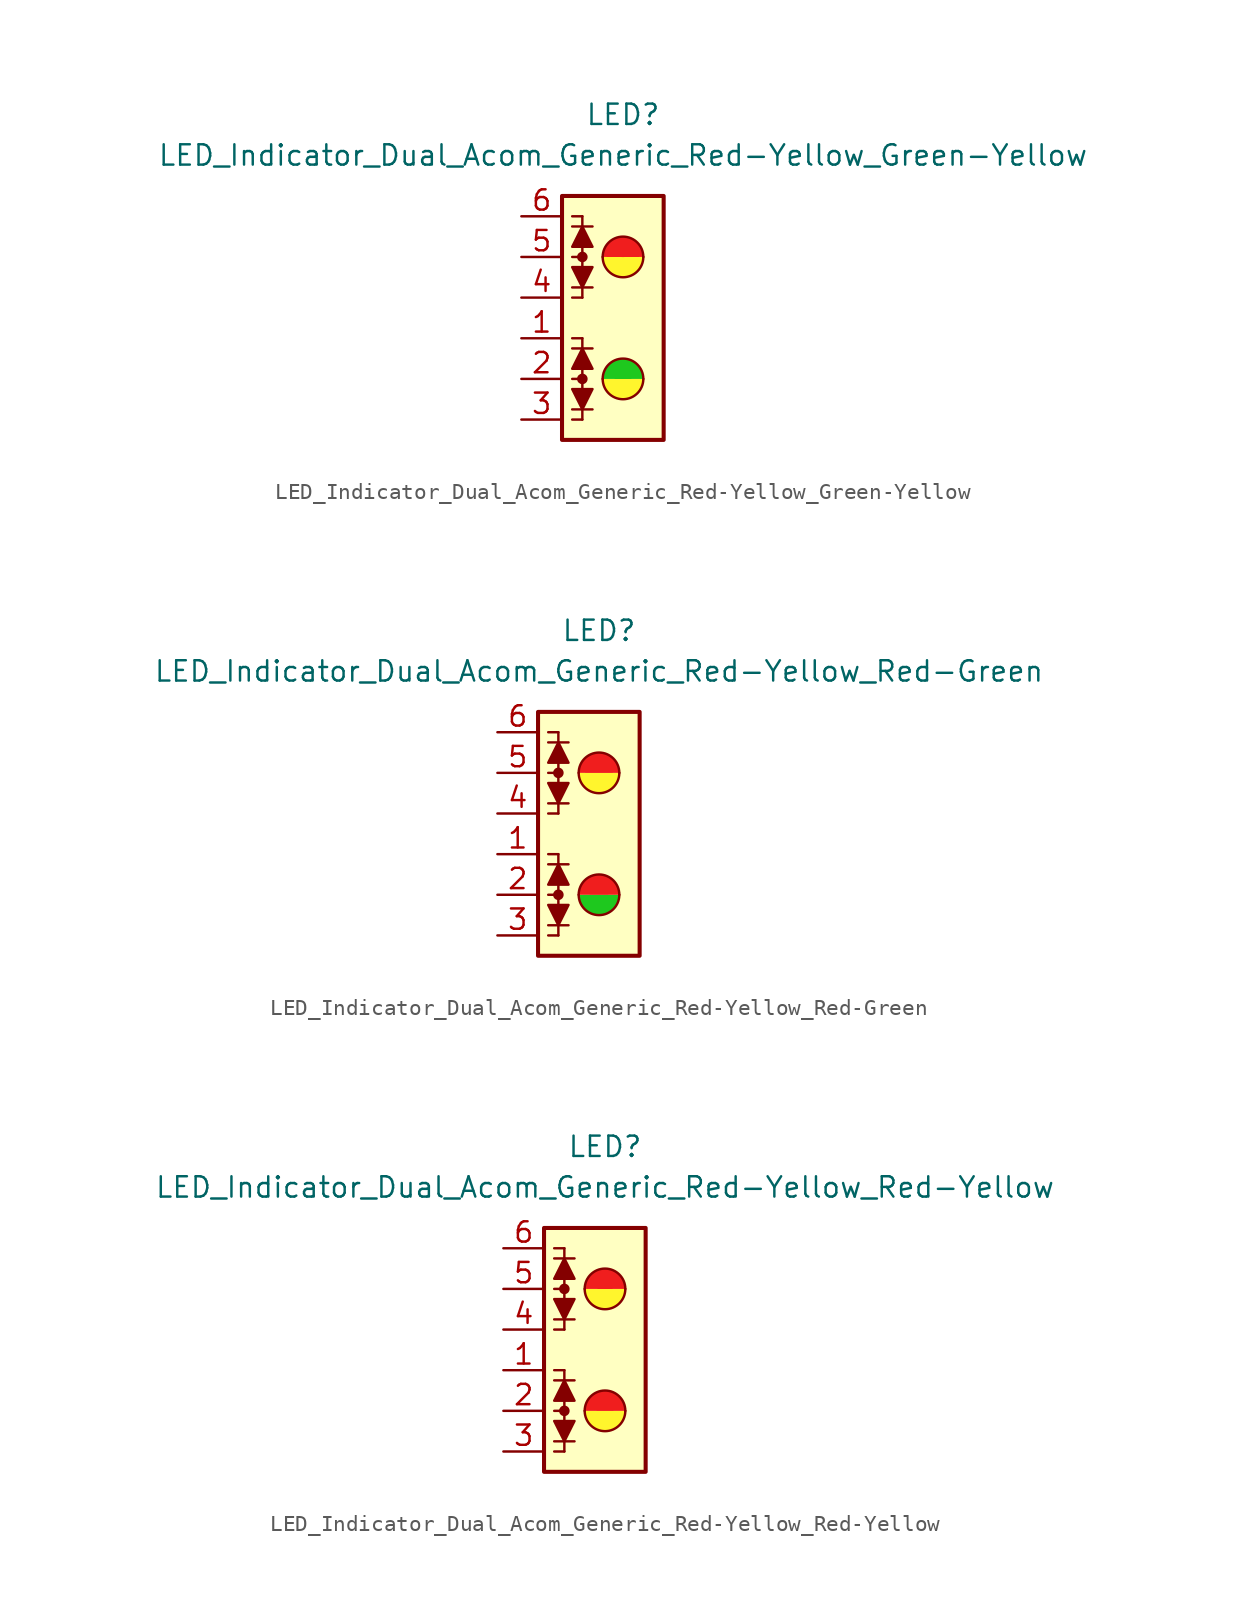
<source format=kicad_sym>
(kicad_symbol_lib
  (version 20231120)
  (generator "kicad_symbol_editor")
  (generator_version "8.0")
  (symbol "LED_Indicator_Dual_Acom_Generic_Red-Yellow_Green-Yellow"
    (pin_names
      (offset 1.016) hide)
    (property "Reference" "LED"
      (at 0 12.7 0)
      (effects (font (size 1.27 1.27))))
    (property "Value" "LED_Indicator_Dual_Acom_Generic_Red-Yellow_Green-Yellow"
      (at 0 10.16 0)
      (effects (font (size 1.27 1.27))))
    (symbol "LED_Indicator_Dual_Acom_Generic_Red-Yellow_Green-Yellow_0_1"
      (rectangle (start -3.81 7.62) (end 2.54 -7.62) (stroke (width 0.254) (type default)) (fill (type background)))
      (circle (center -2.54 -3.81) (radius 0.254) (stroke (width 0) (type default)) (fill (type outline)))
      (circle (center -2.54 3.81) (radius 0.254) (stroke (width 0) (type default)) (fill (type outline)))
      (arc (start -1.27 -3.81) (mid 0 -5.0745) (end 1.27 -3.81) (stroke (width 0) (type default)) (fill (type color) (color 255 245 45 1)))
      (arc (start -1.27 3.81) (mid 0 2.5455) (end 1.27 3.81) (stroke (width 0) (type default)) (fill (type color) (color 255 245 45 1)))
      (polyline (pts (xy -3.175 -5.715) (xy -1.905 -5.715)) (stroke (width 0) (type default)) (fill (type none)))
      (polyline (pts (xy -3.175 1.905) (xy -1.905 1.905)) (stroke (width 0) (type default)) (fill (type none)))
      (polyline (pts (xy -2.54 -6.35) (xy -3.175 -6.35)) (stroke (width 0) (type default)) (fill (type none)))
      (polyline (pts (xy -2.54 -6.35) (xy -2.54 -3.81)) (stroke (width 0) (type default)) (fill (type none)))
      (polyline (pts (xy -2.54 -3.81) (xy -3.175 -3.81)) (stroke (width 0) (type default)) (fill (type none)))
      (polyline (pts (xy -2.54 -1.27) (xy -3.175 -1.27)) (stroke (width 0) (type default)) (fill (type none)))
      (polyline (pts (xy -2.54 -1.27) (xy -2.54 -3.81)) (stroke (width 0) (type default)) (fill (type none)))
      (polyline (pts (xy -2.54 1.27) (xy -3.175 1.27)) (stroke (width 0) (type default)) (fill (type none)))
      (polyline (pts (xy -2.54 1.27) (xy -2.54 3.81)) (stroke (width 0) (type default)) (fill (type none)))
      (polyline (pts (xy -2.54 3.81) (xy -3.175 3.81)) (stroke (width 0) (type default)) (fill (type none)))
      (polyline (pts (xy -2.54 6.35) (xy -3.175 6.35)) (stroke (width 0) (type default)) (fill (type none)))
      (polyline (pts (xy -2.54 6.35) (xy -2.54 3.81)) (stroke (width 0) (type default)) (fill (type none)))
      (polyline (pts (xy -1.905 -1.905) (xy -3.175 -1.905)) (stroke (width 0) (type default)) (fill (type none)))
      (polyline (pts (xy -1.905 5.715) (xy -3.175 5.715)) (stroke (width 0) (type default)) (fill (type none)))
      (polyline (pts (xy -2.54 -5.715) (xy -3.175 -4.445) (xy -1.905 -4.445) (xy -2.54 -5.715)) (stroke (width 0) (type default)) (fill (type outline)))
      (polyline (pts (xy -2.54 -1.905) (xy -1.905 -3.175) (xy -3.175 -3.175) (xy -2.54 -1.905)) (stroke (width 0) (type default)) (fill (type outline)))
      (polyline (pts (xy -2.54 1.905) (xy -3.175 3.175) (xy -1.905 3.175) (xy -2.54 1.905)) (stroke (width 0) (type default)) (fill (type outline)))
      (polyline (pts (xy -2.54 5.715) (xy -1.905 4.445) (xy -3.175 4.445) (xy -2.54 5.715)) (stroke (width 0) (type default)) (fill (type outline)))
      (arc (start 1.27 -3.81) (mid 0 -2.5455) (end -1.27 -3.81) (stroke (width 0) (type default)) (fill (type color) (color 30 200 30 1)))
      (arc (start 1.27 3.81) (mid 0 5.0745) (end -1.27 3.81) (stroke (width 0) (type default)) (fill (type color) (color 240 30 30 1))))
    (symbol "LED_Indicator_Dual_Acom_Generic_Red-Yellow_Green-Yellow_1_1"
      (pin passive line (at -6.35 -1.27 0) (length 2.54) (name "K1" (effects (font (size 1.27 1.27)))) (number "1" (effects (font (size 1.27 1.27)))))
      (pin passive line (at -6.35 -3.81 0) (length 2.54) (name "A12" (effects (font (size 1.27 1.27)))) (number "2" (effects (font (size 1.27 1.27)))))
      (pin passive line (at -6.35 -6.35 0) (length 2.54) (name "K2" (effects (font (size 1.27 1.27)))) (number "3" (effects (font (size 1.27 1.27)))))
      (pin passive line (at -6.35 1.27 0) (length 2.54) (name "K4" (effects (font (size 1.27 1.27)))) (number "4" (effects (font (size 1.27 1.27)))))
      (pin passive line (at -6.35 3.81 0) (length 2.54) (name "A34" (effects (font (size 1.27 1.27)))) (number "5" (effects (font (size 1.27 1.27)))))
      (pin passive line (at -6.35 6.35 0) (length 2.54) (name "K3" (effects (font (size 1.27 1.27)))) (number "6" (effects (font (size 1.27 1.27)))))))
  (symbol "LED_Indicator_Dual_Acom_Generic_Red-Yellow_Red-Green"
    (pin_names
      (offset 1.016) hide)
    (property "Reference" "LED"
      (at 0 12.7 0)
      (effects (font (size 1.27 1.27))))
    (property "Value" "LED_Indicator_Dual_Acom_Generic_Red-Yellow_Red-Green"
      (at 0 10.16 0)
      (effects (font (size 1.27 1.27))))
    (symbol "LED_Indicator_Dual_Acom_Generic_Red-Yellow_Red-Green_0_1"
      (rectangle (start -3.81 7.62) (end 2.54 -7.62) (stroke (width 0.254) (type default)) (fill (type background)))
      (circle (center -2.54 -3.81) (radius 0.254) (stroke (width 0) (type default)) (fill (type outline)))
      (circle (center -2.54 3.81) (radius 0.254) (stroke (width 0) (type default)) (fill (type outline)))
      (arc (start -1.27 -3.81) (mid 0 -5.0745) (end 1.27 -3.81) (stroke (width 0) (type default)) (fill (type color) (color 30 200 30 1)))
      (arc (start -1.27 3.81) (mid 0 2.5455) (end 1.27 3.81) (stroke (width 0) (type default)) (fill (type color) (color 255 245 45 1)))
      (polyline (pts (xy -3.175 -5.715) (xy -1.905 -5.715)) (stroke (width 0) (type default)) (fill (type none)))
      (polyline (pts (xy -3.175 1.905) (xy -1.905 1.905)) (stroke (width 0) (type default)) (fill (type none)))
      (polyline (pts (xy -2.54 -6.35) (xy -3.175 -6.35)) (stroke (width 0) (type default)) (fill (type none)))
      (polyline (pts (xy -2.54 -6.35) (xy -2.54 -3.81)) (stroke (width 0) (type default)) (fill (type none)))
      (polyline (pts (xy -2.54 -3.81) (xy -3.175 -3.81)) (stroke (width 0) (type default)) (fill (type none)))
      (polyline (pts (xy -2.54 -1.27) (xy -3.175 -1.27)) (stroke (width 0) (type default)) (fill (type none)))
      (polyline (pts (xy -2.54 -1.27) (xy -2.54 -3.81)) (stroke (width 0) (type default)) (fill (type none)))
      (polyline (pts (xy -2.54 1.27) (xy -3.175 1.27)) (stroke (width 0) (type default)) (fill (type none)))
      (polyline (pts (xy -2.54 1.27) (xy -2.54 3.81)) (stroke (width 0) (type default)) (fill (type none)))
      (polyline (pts (xy -2.54 3.81) (xy -3.175 3.81)) (stroke (width 0) (type default)) (fill (type none)))
      (polyline (pts (xy -2.54 6.35) (xy -3.175 6.35)) (stroke (width 0) (type default)) (fill (type none)))
      (polyline (pts (xy -2.54 6.35) (xy -2.54 3.81)) (stroke (width 0) (type default)) (fill (type none)))
      (polyline (pts (xy -1.905 -1.905) (xy -3.175 -1.905)) (stroke (width 0) (type default)) (fill (type none)))
      (polyline (pts (xy -1.905 5.715) (xy -3.175 5.715)) (stroke (width 0) (type default)) (fill (type none)))
      (polyline (pts (xy -2.54 -5.715) (xy -3.175 -4.445) (xy -1.905 -4.445) (xy -2.54 -5.715)) (stroke (width 0) (type default)) (fill (type outline)))
      (polyline (pts (xy -2.54 -1.905) (xy -1.905 -3.175) (xy -3.175 -3.175) (xy -2.54 -1.905)) (stroke (width 0) (type default)) (fill (type outline)))
      (polyline (pts (xy -2.54 1.905) (xy -3.175 3.175) (xy -1.905 3.175) (xy -2.54 1.905)) (stroke (width 0) (type default)) (fill (type outline)))
      (polyline (pts (xy -2.54 5.715) (xy -1.905 4.445) (xy -3.175 4.445) (xy -2.54 5.715)) (stroke (width 0) (type default)) (fill (type outline)))
      (arc (start 1.27 -3.81) (mid 0 -2.5455) (end -1.27 -3.81) (stroke (width 0) (type default)) (fill (type color) (color 240 30 30 1)))
      (arc (start 1.27 3.81) (mid 0 5.0745) (end -1.27 3.81) (stroke (width 0) (type default)) (fill (type color) (color 240 30 30 1))))
    (symbol "LED_Indicator_Dual_Acom_Generic_Red-Yellow_Red-Green_1_1"
      (pin passive line (at -6.35 -1.27 0) (length 2.54) (name "K1" (effects (font (size 1.27 1.27)))) (number "1" (effects (font (size 1.27 1.27)))))
      (pin passive line (at -6.35 -3.81 0) (length 2.54) (name "A12" (effects (font (size 1.27 1.27)))) (number "2" (effects (font (size 1.27 1.27)))))
      (pin passive line (at -6.35 -6.35 0) (length 2.54) (name "K2" (effects (font (size 1.27 1.27)))) (number "3" (effects (font (size 1.27 1.27)))))
      (pin passive line (at -6.35 1.27 0) (length 2.54) (name "K4" (effects (font (size 1.27 1.27)))) (number "4" (effects (font (size 1.27 1.27)))))
      (pin passive line (at -6.35 3.81 0) (length 2.54) (name "A34" (effects (font (size 1.27 1.27)))) (number "5" (effects (font (size 1.27 1.27)))))
      (pin passive line (at -6.35 6.35 0) (length 2.54) (name "K3" (effects (font (size 1.27 1.27)))) (number "6" (effects (font (size 1.27 1.27)))))))
  (symbol "LED_Indicator_Dual_Acom_Generic_Red-Yellow_Red-Yellow"
    (pin_names
      (offset 1.016) hide)
    (property "Reference" "LED"
      (at 0 12.7 0)
      (effects (font (size 1.27 1.27))))
    (property "Value" "LED_Indicator_Dual_Acom_Generic_Red-Yellow_Red-Yellow"
      (at 0 10.16 0)
      (effects (font (size 1.27 1.27))))
    (symbol "LED_Indicator_Dual_Acom_Generic_Red-Yellow_Red-Yellow_0_1"
      (rectangle (start -3.81 7.62) (end 2.54 -7.62) (stroke (width 0.254) (type default)) (fill (type background)))
      (circle (center -2.54 -3.81) (radius 0.254) (stroke (width 0) (type default)) (fill (type outline)))
      (circle (center -2.54 3.81) (radius 0.254) (stroke (width 0) (type default)) (fill (type outline)))
      (arc (start -1.27 -3.81) (mid 0 -5.0745) (end 1.27 -3.81) (stroke (width 0) (type default)) (fill (type color) (color 255 245 45 1)))
      (arc (start -1.27 3.81) (mid 0 2.5455) (end 1.27 3.81) (stroke (width 0) (type default)) (fill (type color) (color 255 245 45 1)))
      (polyline (pts (xy -3.175 -5.715) (xy -1.905 -5.715)) (stroke (width 0) (type default)) (fill (type none)))
      (polyline (pts (xy -3.175 1.905) (xy -1.905 1.905)) (stroke (width 0) (type default)) (fill (type none)))
      (polyline (pts (xy -2.54 -6.35) (xy -3.175 -6.35)) (stroke (width 0) (type default)) (fill (type none)))
      (polyline (pts (xy -2.54 -6.35) (xy -2.54 -3.81)) (stroke (width 0) (type default)) (fill (type none)))
      (polyline (pts (xy -2.54 -3.81) (xy -3.175 -3.81)) (stroke (width 0) (type default)) (fill (type none)))
      (polyline (pts (xy -2.54 -1.27) (xy -3.175 -1.27)) (stroke (width 0) (type default)) (fill (type none)))
      (polyline (pts (xy -2.54 -1.27) (xy -2.54 -3.81)) (stroke (width 0) (type default)) (fill (type none)))
      (polyline (pts (xy -2.54 1.27) (xy -3.175 1.27)) (stroke (width 0) (type default)) (fill (type none)))
      (polyline (pts (xy -2.54 1.27) (xy -2.54 3.81)) (stroke (width 0) (type default)) (fill (type none)))
      (polyline (pts (xy -2.54 3.81) (xy -3.175 3.81)) (stroke (width 0) (type default)) (fill (type none)))
      (polyline (pts (xy -2.54 6.35) (xy -3.175 6.35)) (stroke (width 0) (type default)) (fill (type none)))
      (polyline (pts (xy -2.54 6.35) (xy -2.54 3.81)) (stroke (width 0) (type default)) (fill (type none)))
      (polyline (pts (xy -1.905 -1.905) (xy -3.175 -1.905)) (stroke (width 0) (type default)) (fill (type none)))
      (polyline (pts (xy -1.905 5.715) (xy -3.175 5.715)) (stroke (width 0) (type default)) (fill (type none)))
      (polyline (pts (xy -2.54 -5.715) (xy -3.175 -4.445) (xy -1.905 -4.445) (xy -2.54 -5.715)) (stroke (width 0) (type default)) (fill (type outline)))
      (polyline (pts (xy -2.54 -1.905) (xy -1.905 -3.175) (xy -3.175 -3.175) (xy -2.54 -1.905)) (stroke (width 0) (type default)) (fill (type outline)))
      (polyline (pts (xy -2.54 1.905) (xy -3.175 3.175) (xy -1.905 3.175) (xy -2.54 1.905)) (stroke (width 0) (type default)) (fill (type outline)))
      (polyline (pts (xy -2.54 5.715) (xy -1.905 4.445) (xy -3.175 4.445) (xy -2.54 5.715)) (stroke (width 0) (type default)) (fill (type outline)))
      (arc (start 1.27 -3.81) (mid 0 -2.5455) (end -1.27 -3.81) (stroke (width 0) (type default)) (fill (type color) (color 240 30 30 1)))
      (arc (start 1.27 3.81) (mid 0 5.0745) (end -1.27 3.81) (stroke (width 0) (type default)) (fill (type color) (color 240 30 30 1))))
    (symbol "LED_Indicator_Dual_Acom_Generic_Red-Yellow_Red-Yellow_1_1"
      (pin passive line (at -6.35 -1.27 0) (length 2.54) (name "K1" (effects (font (size 1.27 1.27)))) (number "1" (effects (font (size 1.27 1.27)))))
      (pin passive line (at -6.35 -3.81 0) (length 2.54) (name "A12" (effects (font (size 1.27 1.27)))) (number "2" (effects (font (size 1.27 1.27)))))
      (pin passive line (at -6.35 -6.35 0) (length 2.54) (name "K2" (effects (font (size 1.27 1.27)))) (number "3" (effects (font (size 1.27 1.27)))))
      (pin passive line (at -6.35 1.27 0) (length 2.54) (name "K4" (effects (font (size 1.27 1.27)))) (number "4" (effects (font (size 1.27 1.27)))))
      (pin passive line (at -6.35 3.81 0) (length 2.54) (name "A34" (effects (font (size 1.27 1.27)))) (number "5" (effects (font (size 1.27 1.27)))))
      (pin passive line (at -6.35 6.35 0) (length 2.54) (name "K3" (effects (font (size 1.27 1.27)))) (number "6" (effects (font (size 1.27 1.27))))))))
</source>
